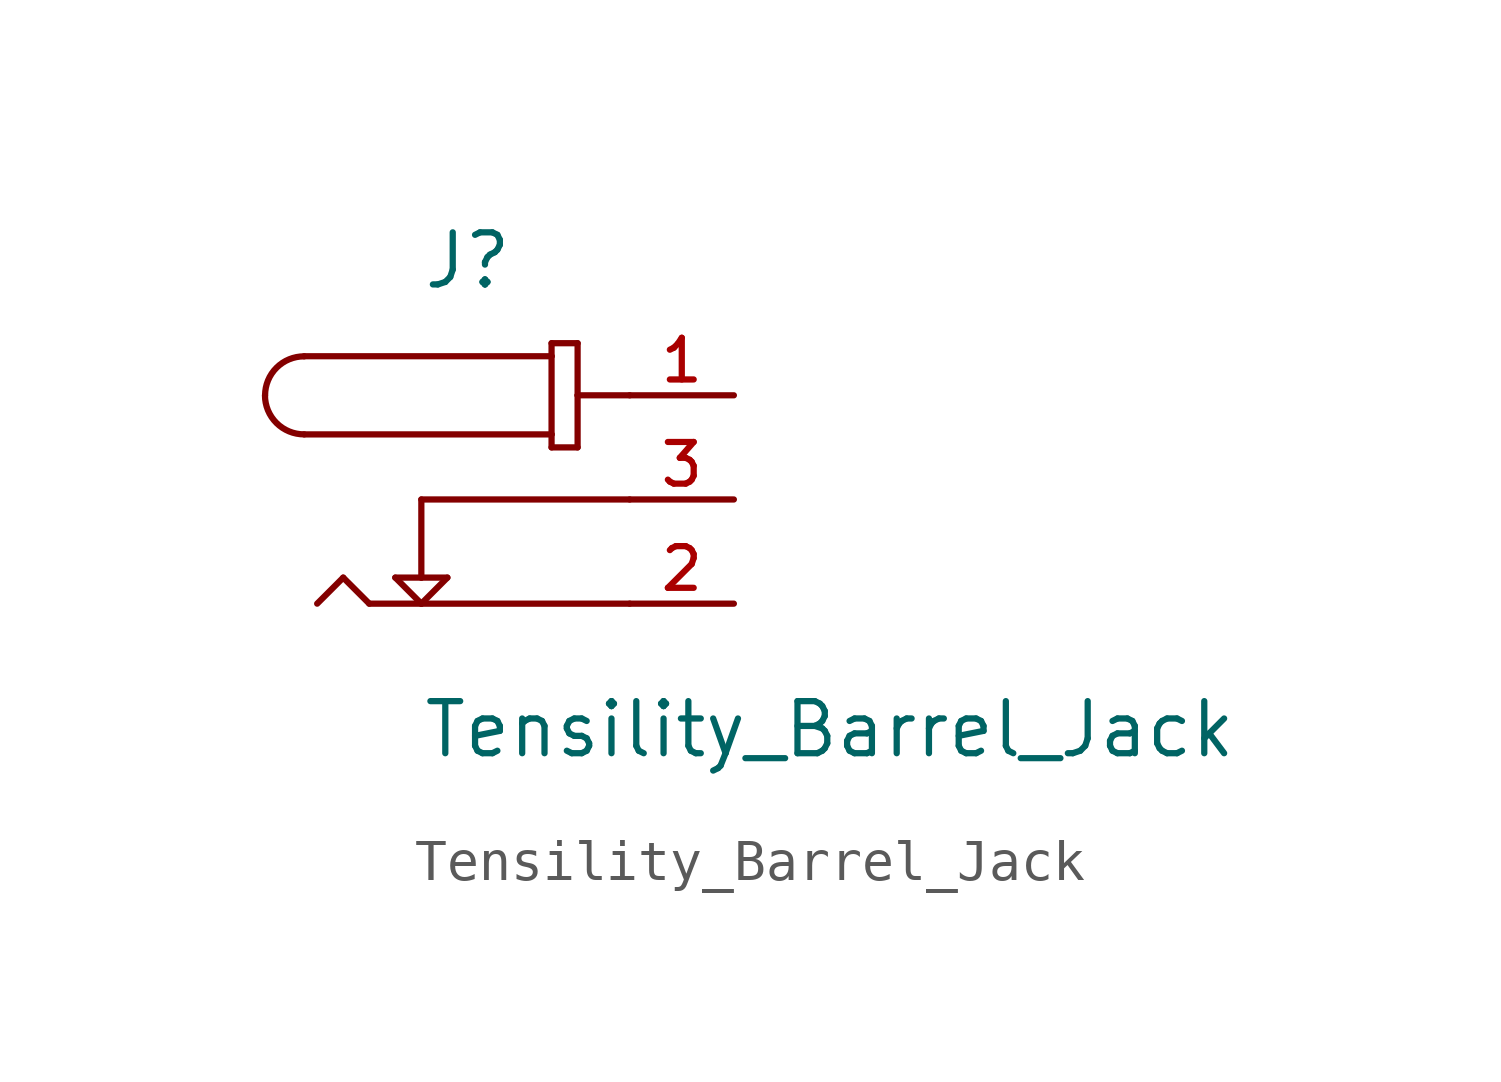
<source format=kicad_sym>
(kicad_symbol_lib
  (version 20211014)
  (generator kicad_symbol_editor)
  (symbol "Tensility_Barrel_Jack"
    (pin_names
      (offset 1.016))
    (property "Reference" "J"
      (at 0 2.54 0)
      (effects (font (size 1.27 1.27)) (justify left bottom)))
    (property "Value" "Tensility_Barrel_Jack"
      (at 0 -8.89 0)
      (effects (font (size 1.27 1.27)) (justify left bottom)))
    (symbol "Tensility_Barrel_Jack_0_0"
      (arc (start -3.81 0) (mid -3.531 -0.6735) (end -2.8575 -0.9525) (stroke (width 0.1524) (type default) (color 0 0 0 0)) (fill (type none)))
      (arc (start -2.8575 0.9525) (mid -3.531 0.6735) (end -3.81 0) (stroke (width 0.1524) (type default) (color 0 0 0 0)) (fill (type none)))
      (polyline (pts (xy -2.857 0.953) (xy 3.175 0.953)) (stroke (width 0.152) (type default) (color 0 0 0 0)) (fill (type none)))
      (polyline (pts (xy -1.905 -4.445) (xy -2.54 -5.08)) (stroke (width 0.152) (type default) (color 0 0 0 0)) (fill (type none)))
      (polyline (pts (xy -1.27 -5.08) (xy -1.905 -4.445)) (stroke (width 0.152) (type default) (color 0 0 0 0)) (fill (type none)))
      (polyline (pts (xy -0.635 -4.445) (xy 0 -4.445)) (stroke (width 0.152) (type default) (color 0 0 0 0)) (fill (type none)))
      (polyline (pts (xy 0 -5.08) (xy -1.27 -5.08)) (stroke (width 0.152) (type default) (color 0 0 0 0)) (fill (type none)))
      (polyline (pts (xy 0 -5.08) (xy -0.635 -4.445)) (stroke (width 0.152) (type default) (color 0 0 0 0)) (fill (type none)))
      (polyline (pts (xy 0 -4.445) (xy 0.635 -4.445)) (stroke (width 0.152) (type default) (color 0 0 0 0)) (fill (type none)))
      (polyline (pts (xy 0 -2.54) (xy 0 -4.445)) (stroke (width 0.152) (type default) (color 0 0 0 0)) (fill (type none)))
      (polyline (pts (xy 0.635 -4.445) (xy 0 -5.08)) (stroke (width 0.152) (type default) (color 0 0 0 0)) (fill (type none)))
      (polyline (pts (xy 3.175 -1.27) (xy 3.175 -0.953)) (stroke (width 0.152) (type default) (color 0 0 0 0)) (fill (type none)))
      (polyline (pts (xy 3.175 -0.953) (xy -2.857 -0.953)) (stroke (width 0.152) (type default) (color 0 0 0 0)) (fill (type none)))
      (polyline (pts (xy 3.175 0.953) (xy 3.175 -0.953)) (stroke (width 0.152) (type default) (color 0 0 0 0)) (fill (type none)))
      (polyline (pts (xy 3.175 0.953) (xy 3.175 1.27)) (stroke (width 0.152) (type default) (color 0 0 0 0)) (fill (type none)))
      (polyline (pts (xy 3.175 1.27) (xy 3.81 1.27)) (stroke (width 0.152) (type default) (color 0 0 0 0)) (fill (type none)))
      (polyline (pts (xy 3.81 -1.27) (xy 3.175 -1.27)) (stroke (width 0.152) (type default) (color 0 0 0 0)) (fill (type none)))
      (polyline (pts (xy 3.81 0) (xy 3.81 -1.27)) (stroke (width 0.152) (type default) (color 0 0 0 0)) (fill (type none)))
      (polyline (pts (xy 3.81 1.27) (xy 3.81 0)) (stroke (width 0.152) (type default) (color 0 0 0 0)) (fill (type none)))
      (polyline (pts (xy 5.08 -5.08) (xy 0 -5.08)) (stroke (width 0.152) (type default) (color 0 0 0 0)) (fill (type none)))
      (polyline (pts (xy 5.08 -2.54) (xy 0 -2.54)) (stroke (width 0.152) (type default) (color 0 0 0 0)) (fill (type none)))
      (polyline (pts (xy 5.08 0) (xy 3.81 0)) (stroke (width 0.152) (type default) (color 0 0 0 0)) (fill (type none)))
      (pin passive line (at 7.62 0 180) (length 2.54) (name "~" (effects (font (size 1.016 1.016)))) (number "1" (effects (font (size 1.016 1.016)))))
      (pin passive line (at 7.62 -5.08 180) (length 2.54) (name "~" (effects (font (size 1.016 1.016)))) (number "2" (effects (font (size 1.016 1.016)))))
      (pin passive line (at 7.62 -2.54 180) (length 2.54) (name "~" (effects (font (size 1.016 1.016)))) (number "3" (effects (font (size 1.016 1.016))))))))
</source>
